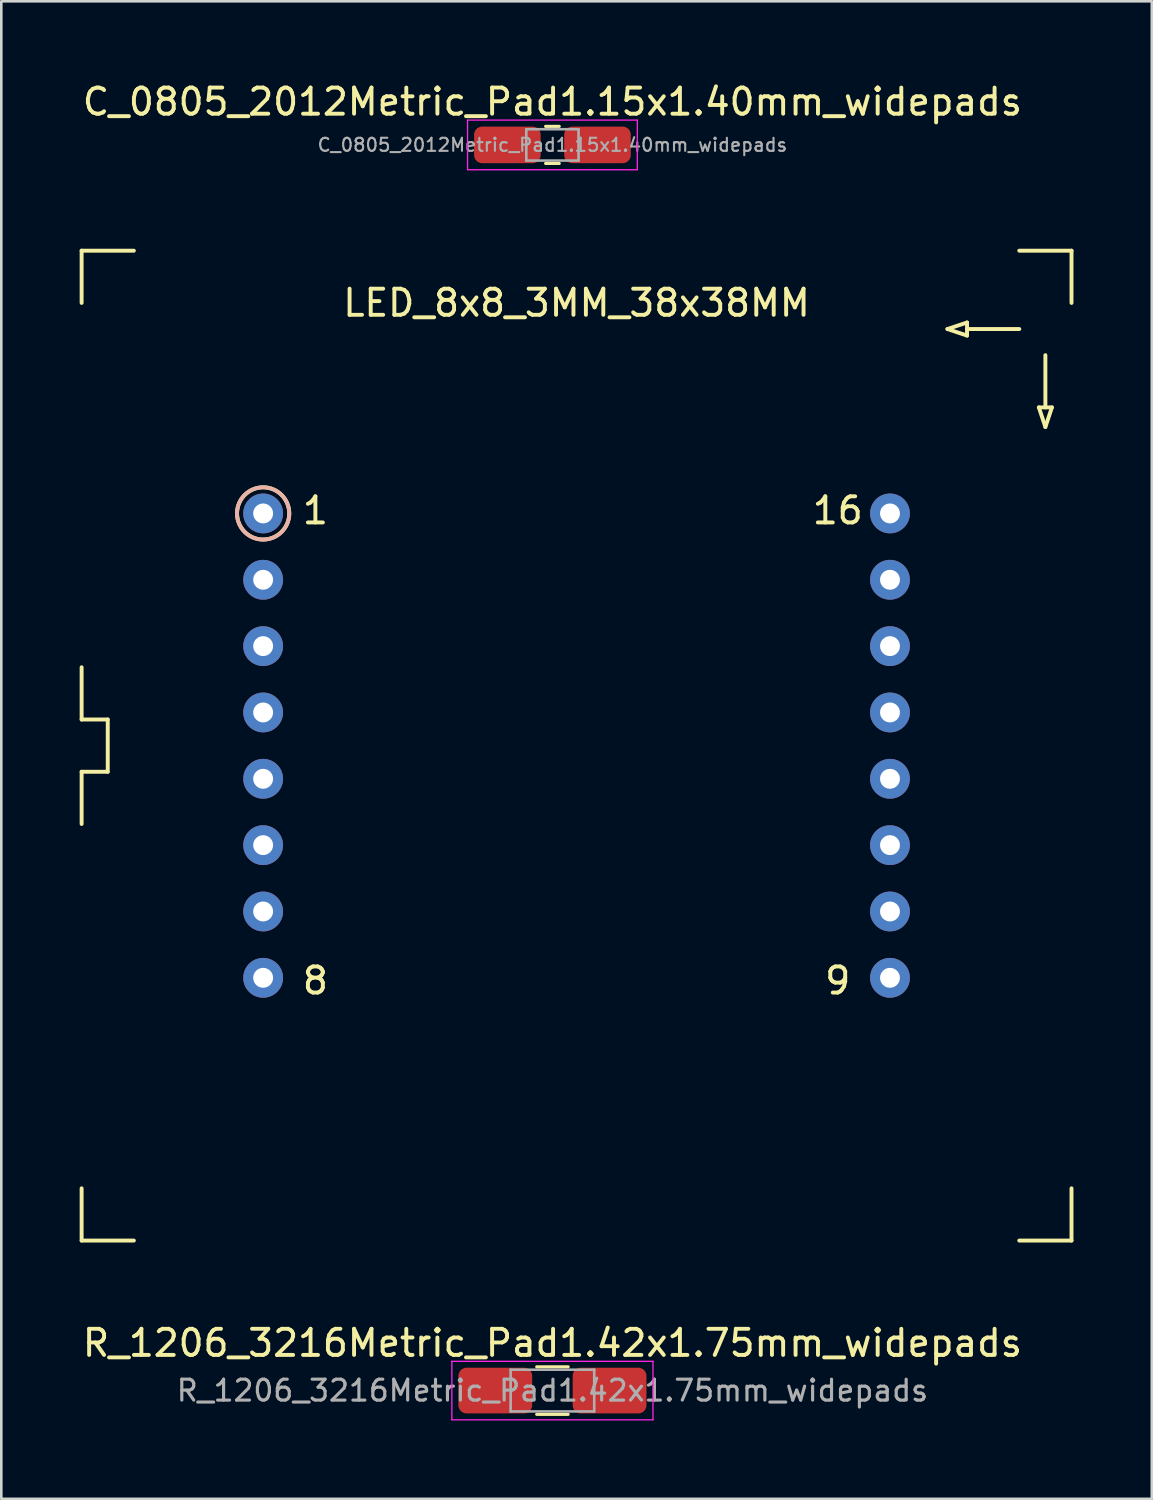
<source format=kicad_pcb>
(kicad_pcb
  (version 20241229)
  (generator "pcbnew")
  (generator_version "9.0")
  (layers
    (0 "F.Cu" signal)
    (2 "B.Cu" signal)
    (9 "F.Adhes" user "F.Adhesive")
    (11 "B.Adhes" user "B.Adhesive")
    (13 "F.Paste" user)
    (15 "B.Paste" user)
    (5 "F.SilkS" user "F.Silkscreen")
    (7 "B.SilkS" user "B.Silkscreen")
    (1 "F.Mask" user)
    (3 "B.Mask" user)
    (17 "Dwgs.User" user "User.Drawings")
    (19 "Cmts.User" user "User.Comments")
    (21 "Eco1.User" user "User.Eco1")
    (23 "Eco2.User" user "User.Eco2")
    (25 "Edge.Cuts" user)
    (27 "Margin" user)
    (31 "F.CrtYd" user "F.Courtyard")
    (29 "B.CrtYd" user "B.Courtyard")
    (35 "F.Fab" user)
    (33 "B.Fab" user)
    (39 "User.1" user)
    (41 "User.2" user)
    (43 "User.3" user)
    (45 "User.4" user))
  (footprint "LED_8x8_3MM_38x38MM"
    (layer "F.Cu")
    (at 19.025 25.498)
    (property "Reference" "LED_8x8_3MM_38x38MM" (at 0 -16.95 0) (layer "F.SilkS") (effects (font (size 1 1) (thickness 0.15))))
    (attr through_hole)
    (fp_line (start -18.95 -18.95) (end -16.95 -18.95) (stroke (width 0.15) (type solid)) (layer "F.SilkS"))
    (fp_line (start -18.95 -16.95) (end -18.95 -18.95) (stroke (width 0.15) (type solid)) (layer "F.SilkS"))
    (fp_line (start -18.95 -1) (end -18.95 -3) (stroke (width 0.15) (type solid)) (layer "F.SilkS"))
    (fp_line (start -18.95 -1) (end -17.95 -1) (stroke (width 0.15) (type solid)) (layer "F.SilkS"))
    (fp_line (start -18.95 1) (end -18.95 3) (stroke (width 0.15) (type solid)) (layer "F.SilkS"))
    (fp_line (start -18.95 18.95) (end -18.95 16.95) (stroke (width 0.15) (type solid)) (layer "F.SilkS"))
    (fp_line (start -17.95 -1) (end -17.95 1) (stroke (width 0.15) (type solid)) (layer "F.SilkS"))
    (fp_line (start -17.95 1) (end -18.95 1) (stroke (width 0.15) (type solid)) (layer "F.SilkS"))
    (fp_line (start -16.95 18.95) (end -18.95 18.95) (stroke (width 0.15) (type solid)) (layer "F.SilkS"))
    (fp_line (start 14.2 -15.95) (end 14.95 -15.7) (stroke (width 0.15) (type solid)) (layer "F.SilkS"))
    (fp_line (start 14.95 -16.2) (end 14.2 -15.95) (stroke (width 0.15) (type solid)) (layer "F.SilkS"))
    (fp_line (start 14.95 -15.7) (end 14.95 -16.2) (stroke (width 0.15) (type solid)) (layer "F.SilkS"))
    (fp_line (start 16.95 -18.95) (end 18.95 -18.95) (stroke (width 0.15) (type solid)) (layer "F.SilkS"))
    (fp_line (start 16.95 -15.95) (end 14.95 -15.95) (stroke (width 0.15) (type solid)) (layer "F.SilkS"))
    (fp_line (start 17.7 -12.95) (end 18.2 -12.95) (stroke (width 0.15) (type solid)) (layer "F.SilkS"))
    (fp_line (start 17.95 -14.95) (end 17.95 -12.95) (stroke (width 0.15) (type solid)) (layer "F.SilkS"))
    (fp_line (start 17.95 -12.2) (end 17.7 -12.95) (stroke (width 0.15) (type solid)) (layer "F.SilkS"))
    (fp_line (start 18.2 -12.95) (end 17.95 -12.2) (stroke (width 0.15) (type solid)) (layer "F.SilkS"))
    (fp_line (start 18.95 -18.95) (end 18.95 -16.95) (stroke (width 0.15) (type solid)) (layer "F.SilkS"))
    (fp_line (start 18.95 16.95) (end 18.95 18.95) (stroke (width 0.15) (type solid)) (layer "F.SilkS"))
    (fp_line (start 18.95 18.95) (end 16.95 18.95) (stroke (width 0.15) (type solid)) (layer "F.SilkS"))
    (fp_circle (center -12 -8.89) (end -12 -7.89) (stroke (width 0.15) (type solid)) (fill no) (layer "F.SilkS"))
    (fp_circle (center -12 -8.89) (end -11 -8.89) (stroke (width 0.15) (type solid)) (fill no) (layer "B.SilkS"))
    (fp_text user "9" (at 10 9 0) (layer "F.SilkS") (effects (font (size 1 1) (thickness 0.15))))
    (fp_text user "1" (at -10 -9 0) (layer "F.SilkS") (effects (font (size 1 1) (thickness 0.15))))
    (fp_text user "8" (at -10 9 0) (layer "F.SilkS") (effects (font (size 1 1) (thickness 0.15))))
    (fp_text user "16" (at 10 -9 0) (layer "F.SilkS") (effects (font (size 1 1) (thickness 0.15))))
    (pad "1" thru_hole circle (at -12 -8.89) (size 1.524 1.524) (drill 0.762) (layers "*.Cu" "*.Mask"))
    (pad "2" thru_hole circle (at -12 -6.35) (size 1.524 1.524) (drill 0.762) (layers "*.Cu" "*.Mask"))
    (pad "3" thru_hole circle (at -12 -3.81) (size 1.524 1.524) (drill 0.762) (layers "*.Cu" "*.Mask"))
    (pad "4" thru_hole circle (at -12 -1.27) (size 1.524 1.524) (drill 0.762) (layers "*.Cu" "*.Mask"))
    (pad "5" thru_hole circle (at -12 1.27) (size 1.524 1.524) (drill 0.762) (layers "*.Cu" "*.Mask"))
    (pad "6" thru_hole circle (at -12 3.81) (size 1.524 1.524) (drill 0.762) (layers "*.Cu" "*.Mask"))
    (pad "7" thru_hole circle (at -12 6.35) (size 1.524 1.524) (drill 0.762) (layers "*.Cu" "*.Mask"))
    (pad "8" thru_hole circle (at -12 8.89) (size 1.524 1.524) (drill 0.762) (layers "*.Cu" "*.Mask"))
    (pad "9" thru_hole circle (at 12 8.89) (size 1.524 1.524) (drill 0.762) (layers "*.Cu" "*.Mask"))
    (pad "10" thru_hole circle (at 12 6.35) (size 1.524 1.524) (drill 0.762) (layers "*.Cu" "*.Mask"))
    (pad "11" thru_hole circle (at 12 3.81) (size 1.524 1.524) (drill 0.762) (layers "*.Cu" "*.Mask"))
    (pad "12" thru_hole circle (at 12 1.27) (size 1.524 1.524) (drill 0.762) (layers "*.Cu" "*.Mask"))
    (pad "13" thru_hole circle (at 12 -1.27) (size 1.524 1.524) (drill 0.762) (layers "*.Cu" "*.Mask"))
    (pad "14" thru_hole circle (at 12 -3.81) (size 1.524 1.524) (drill 0.762) (layers "*.Cu" "*.Mask"))
    (pad "15" thru_hole circle (at 12 -6.35) (size 1.524 1.524) (drill 0.762) (layers "*.Cu" "*.Mask"))
    (pad "16" thru_hole circle (at 12 -8.89) (size 1.524 1.524) (drill 0.762) (layers "*.Cu" "*.Mask")))
  (footprint "R_1206_3216Metric_Pad1.42x1.75mm_widepads"
    (layer "F.Cu")
    (at 18.101 50.191)
    (property "Reference" "R_1206_3216Metric_Pad1.42x1.75mm_widepads" (at 0 -1.82 180) (layer "F.SilkS") (effects (font (size 1 1) (thickness 0.15))))
    (attr smd)
    (fp_line (start -0.602 -0.91) (end 0.602 -0.91) (stroke (width 0.12) (type solid)) (layer "F.SilkS"))
    (fp_line (start -0.602 0.91) (end 0.602 0.91) (stroke (width 0.12) (type solid)) (layer "F.SilkS"))
    (fp_line (start -3.85 -1.12) (end 3.85 -1.12) (stroke (width 0.05) (type solid)) (layer "F.CrtYd"))
    (fp_line (start -3.85 1.12) (end -3.85 -1.12) (stroke (width 0.05) (type solid)) (layer "F.CrtYd"))
    (fp_line (start 3.85 -1.12) (end 3.85 1.12) (stroke (width 0.05) (type solid)) (layer "F.CrtYd"))
    (fp_line (start 3.85 1.12) (end -3.85 1.12) (stroke (width 0.05) (type solid)) (layer "F.CrtYd"))
    (fp_line (start -1.6 -0.8) (end 1.6 -0.8) (stroke (width 0.1) (type solid)) (layer "F.Fab"))
    (fp_line (start -1.6 0.8) (end -1.6 -0.8) (stroke (width 0.1) (type solid)) (layer "F.Fab"))
    (fp_line (start 1.6 -0.8) (end 1.6 0.8) (stroke (width 0.1) (type solid)) (layer "F.Fab"))
    (fp_line (start 1.6 0.8) (end -1.6 0.8) (stroke (width 0.1) (type solid)) (layer "F.Fab"))
    (fp_text user "${REFERENCE}" (at 0 0 180) (layer "F.Fab") (effects (font (size 0.8 0.8) (thickness 0.12))))
    (pad "1" smd roundrect (at -2.188 0) (size 2.825 1.75) (layers "F.Cu" "F.Mask" "F.Paste") (roundrect_rratio 0.175))
    (pad "2" smd roundrect (at 2.188 0) (size 2.825 1.75) (layers "F.Cu" "F.Mask" "F.Paste") (roundrect_rratio 0.175)))
  (footprint "C_0805_2012Metric_Pad1.15x1.40mm_widepads"
    (layer "F.Cu")
    (at 18.101 2.498)
    (property "Reference" "C_0805_2012Metric_Pad1.15x1.40mm_widepads" (at 0 -1.65 180) (layer "F.SilkS") (effects (font (size 1 1) (thickness 0.15))))
    (attr smd)
    (fp_line (start -0.261 -0.71) (end 0.261 -0.71) (stroke (width 0.12) (type solid)) (layer "F.SilkS"))
    (fp_line (start -0.261 0.71) (end 0.261 0.71) (stroke (width 0.12) (type solid)) (layer "F.SilkS"))
    (fp_line (start -3.25 -0.95) (end 3.25 -0.95) (stroke (width 0.05) (type solid)) (layer "F.CrtYd"))
    (fp_line (start -3.25 0.95) (end -3.25 -0.95) (stroke (width 0.05) (type solid)) (layer "F.CrtYd"))
    (fp_line (start 3.25 -0.95) (end 3.25 0.95) (stroke (width 0.05) (type solid)) (layer "F.CrtYd"))
    (fp_line (start 3.25 0.95) (end -3.25 0.95) (stroke (width 0.05) (type solid)) (layer "F.CrtYd"))
    (fp_line (start -1 -0.6) (end 1 -0.6) (stroke (width 0.1) (type solid)) (layer "F.Fab"))
    (fp_line (start -1 0.6) (end -1 -0.6) (stroke (width 0.1) (type solid)) (layer "F.Fab"))
    (fp_line (start 1 -0.6) (end 1 0.6) (stroke (width 0.1) (type solid)) (layer "F.Fab"))
    (fp_line (start 1 0.6) (end -1 0.6) (stroke (width 0.1) (type solid)) (layer "F.Fab"))
    (fp_text user "${REFERENCE}" (at 0 0 180) (layer "F.Fab") (effects (font (size 0.5 0.5) (thickness 0.08))))
    (pad "1" smd roundrect (at -1.725 0) (size 2.55 1.4) (layers "F.Cu" "F.Mask" "F.Paste") (roundrect_rratio 0.217))
    (pad "2" smd roundrect (at 1.725 0) (size 2.55 1.4) (layers "F.Cu" "F.Mask" "F.Paste") (roundrect_rratio 0.217)))
  (gr_rect
    (start -3 -3)
    (end 41.05 54.337)
    (stroke (width 0.1) (type default))
    (fill no)
    (layer "Edge.Cuts")))
</source>
